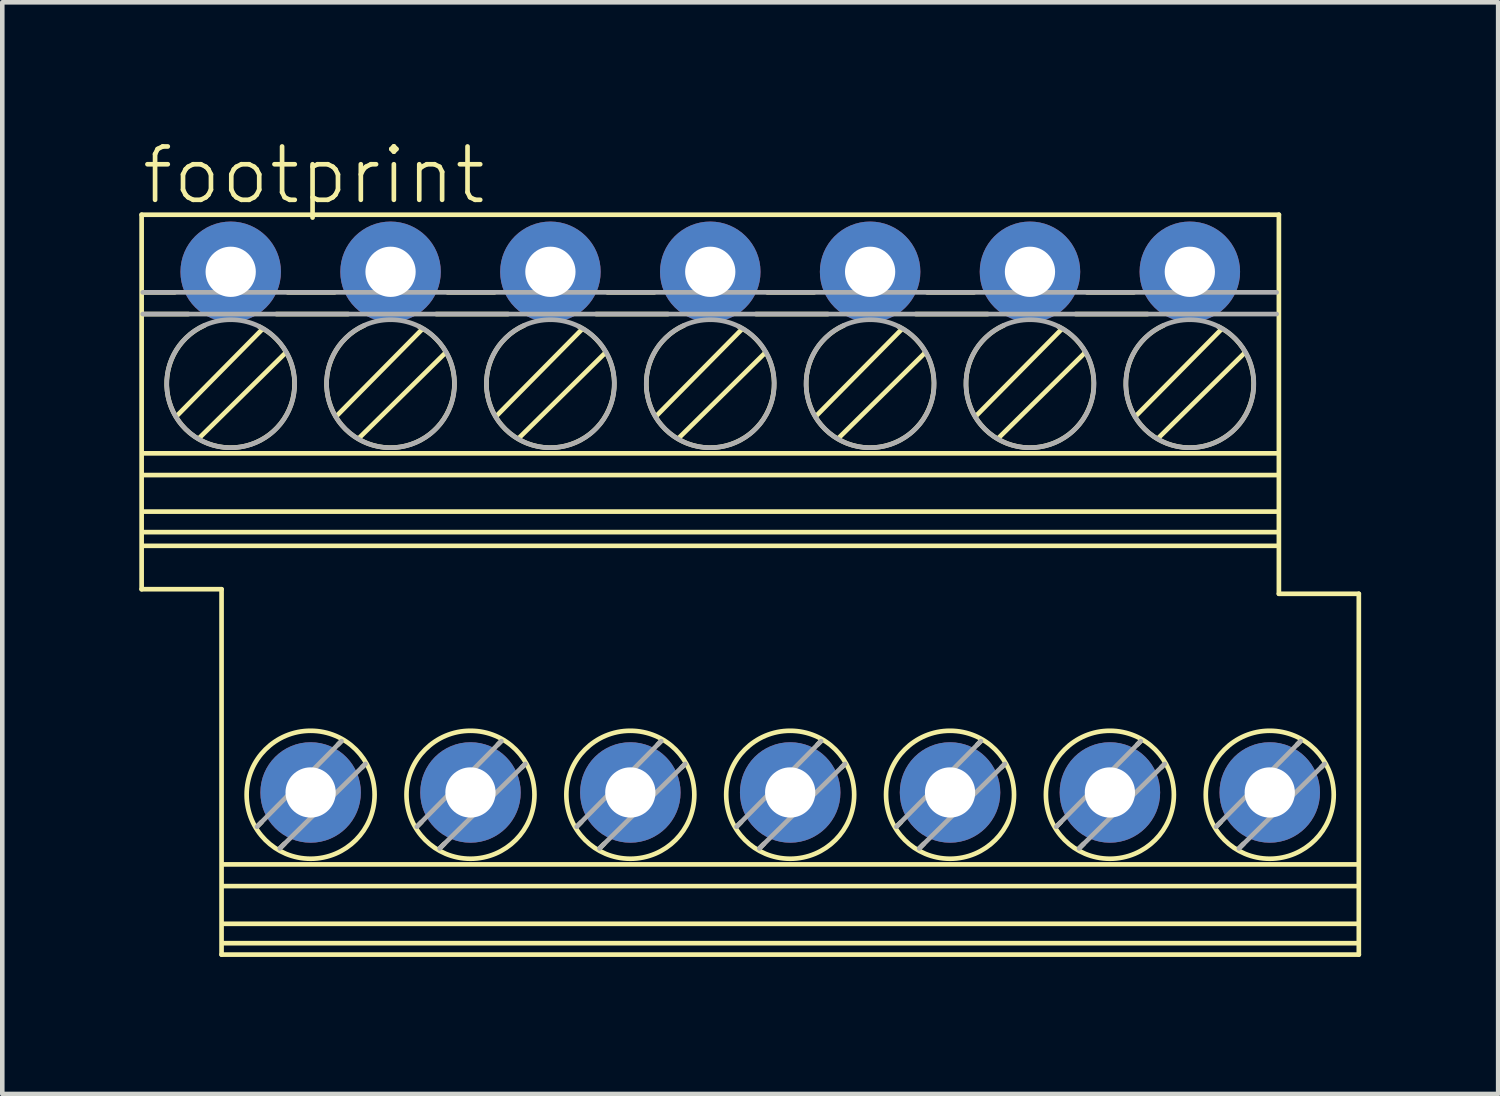
<source format=kicad_pcb>
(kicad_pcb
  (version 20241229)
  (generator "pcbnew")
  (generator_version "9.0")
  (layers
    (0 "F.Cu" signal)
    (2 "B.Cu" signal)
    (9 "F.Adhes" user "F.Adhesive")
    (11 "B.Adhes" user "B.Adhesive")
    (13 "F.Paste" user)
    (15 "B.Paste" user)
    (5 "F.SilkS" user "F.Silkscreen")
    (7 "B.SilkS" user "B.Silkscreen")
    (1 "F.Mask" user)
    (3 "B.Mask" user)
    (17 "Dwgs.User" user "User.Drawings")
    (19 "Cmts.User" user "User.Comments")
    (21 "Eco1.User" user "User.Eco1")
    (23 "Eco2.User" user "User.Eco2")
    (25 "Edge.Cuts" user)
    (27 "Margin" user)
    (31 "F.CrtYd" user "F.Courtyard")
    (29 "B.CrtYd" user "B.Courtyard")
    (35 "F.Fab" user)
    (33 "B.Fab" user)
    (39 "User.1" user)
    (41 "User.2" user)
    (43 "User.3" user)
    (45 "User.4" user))
  (footprint "footprint"
    (layer "F.Cu")
    (at 12.501 9.751)
    (property "Reference" "footprint" (at -12.501 -8.278 0) (layer "F.SilkS") (effects (font (size 1.168 1.168) (thickness 0.102)) (justify left bottom)))
    (fp_line (start -12.45 -8.1) (end 12.45 -8.1) (stroke (width 0.102) (type solid)) (layer "F.SilkS"))
    (fp_line (start -12.45 0.1) (end -12.45 -8.1) (stroke (width 0.102) (type solid)) (layer "F.SilkS"))
    (fp_line (start -12.425 -6.4) (end -11.725 -6.4) (stroke (width 0.102) (type solid)) (layer "F.SilkS"))
    (fp_line (start -12.425 -5.925) (end -11.425 -5.925) (stroke (width 0.102) (type solid)) (layer "F.SilkS"))
    (fp_line (start -12.4 -2.875) (end 12.425 -2.875) (stroke (width 0.102) (type solid)) (layer "F.SilkS"))
    (fp_line (start -12.4 -2.4) (end 12.425 -2.4) (stroke (width 0.102) (type solid)) (layer "F.SilkS"))
    (fp_line (start -12.4 -1.6) (end 12.425 -1.6) (stroke (width 0.102) (type solid)) (layer "F.SilkS"))
    (fp_line (start -12.4 -0.85) (end 12.425 -0.85) (stroke (width 0.102) (type solid)) (layer "F.SilkS"))
    (fp_line (start -11.675 -3.7) (end -9.825 -5.575) (stroke (width 0.102) (type solid)) (layer "F.SilkS"))
    (fp_line (start -11.175 -3.225) (end -9.3 -5.075) (stroke (width 0.102) (type solid)) (layer "F.SilkS"))
    (fp_line (start -10.7 0.1) (end -12.45 0.1) (stroke (width 0.102) (type solid)) (layer "F.SilkS"))
    (fp_line (start -10.7 8.1) (end -10.7 0.1) (stroke (width 0.102) (type solid)) (layer "F.SilkS"))
    (fp_line (start -10.65 6.125) (end 14.175 6.125) (stroke (width 0.102) (type solid)) (layer "F.SilkS"))
    (fp_line (start -10.65 6.6) (end 14.175 6.6) (stroke (width 0.102) (type solid)) (layer "F.SilkS"))
    (fp_line (start -10.65 7.425) (end 14.175 7.425) (stroke (width 0.102) (type solid)) (layer "F.SilkS"))
    (fp_line (start -10.65 7.85) (end 14.175 7.85) (stroke (width 0.102) (type solid)) (layer "F.SilkS"))
    (fp_line (start -9.925 5.3) (end -9.825 5.2) (stroke (width 0.102) (type solid)) (layer "F.SilkS"))
    (fp_line (start -9.5 -5.925) (end -7.925 -5.925) (stroke (width 0.102) (type solid)) (layer "F.SilkS"))
    (fp_line (start -9.425 5.775) (end -9.325 5.675) (stroke (width 0.102) (type solid)) (layer "F.SilkS"))
    (fp_line (start -9.25 -6.4) (end -8.225 -6.4) (stroke (width 0.102) (type solid)) (layer "F.SilkS"))
    (fp_line (start -8.175 -3.7) (end -6.325 -5.575) (stroke (width 0.102) (type solid)) (layer "F.SilkS"))
    (fp_line (start -8.15 3.5) (end -8.075 3.425) (stroke (width 0.102) (type solid)) (layer "F.SilkS"))
    (fp_line (start -7.675 -3.225) (end -5.8 -5.075) (stroke (width 0.102) (type solid)) (layer "F.SilkS"))
    (fp_line (start -7.625 4) (end -7.55 3.925) (stroke (width 0.102) (type solid)) (layer "F.SilkS"))
    (fp_line (start -6.425 5.3) (end -6.325 5.2) (stroke (width 0.102) (type solid)) (layer "F.SilkS"))
    (fp_line (start -6 -5.925) (end -4.425 -5.925) (stroke (width 0.102) (type solid)) (layer "F.SilkS"))
    (fp_line (start -5.925 5.775) (end -5.825 5.675) (stroke (width 0.102) (type solid)) (layer "F.SilkS"))
    (fp_line (start -5.75 -6.4) (end -4.725 -6.4) (stroke (width 0.102) (type solid)) (layer "F.SilkS"))
    (fp_line (start -4.675 -3.7) (end -2.825 -5.575) (stroke (width 0.102) (type solid)) (layer "F.SilkS"))
    (fp_line (start -4.65 3.5) (end -4.575 3.425) (stroke (width 0.102) (type solid)) (layer "F.SilkS"))
    (fp_line (start -4.175 -3.225) (end -2.3 -5.075) (stroke (width 0.102) (type solid)) (layer "F.SilkS"))
    (fp_line (start -4.125 4) (end -4.05 3.925) (stroke (width 0.102) (type solid)) (layer "F.SilkS"))
    (fp_line (start -2.925 5.3) (end -2.825 5.2) (stroke (width 0.102) (type solid)) (layer "F.SilkS"))
    (fp_line (start -2.5 -5.925) (end -0.925 -5.925) (stroke (width 0.102) (type solid)) (layer "F.SilkS"))
    (fp_line (start -2.425 5.775) (end -2.325 5.675) (stroke (width 0.102) (type solid)) (layer "F.SilkS"))
    (fp_line (start -2.25 -6.4) (end -1.225 -6.4) (stroke (width 0.102) (type solid)) (layer "F.SilkS"))
    (fp_line (start -1.175 -3.7) (end 0.675 -5.575) (stroke (width 0.102) (type solid)) (layer "F.SilkS"))
    (fp_line (start -1.15 3.5) (end -1.075 3.425) (stroke (width 0.102) (type solid)) (layer "F.SilkS"))
    (fp_line (start -0.675 -3.225) (end 1.2 -5.075) (stroke (width 0.102) (type solid)) (layer "F.SilkS"))
    (fp_line (start -0.625 4) (end -0.55 3.925) (stroke (width 0.102) (type solid)) (layer "F.SilkS"))
    (fp_line (start 0.575 5.3) (end 0.675 5.2) (stroke (width 0.102) (type solid)) (layer "F.SilkS"))
    (fp_line (start 1 -5.925) (end 2.575 -5.925) (stroke (width 0.102) (type solid)) (layer "F.SilkS"))
    (fp_line (start 1.075 5.775) (end 1.175 5.675) (stroke (width 0.102) (type solid)) (layer "F.SilkS"))
    (fp_line (start 1.25 -6.4) (end 2.275 -6.4) (stroke (width 0.102) (type solid)) (layer "F.SilkS"))
    (fp_line (start 2.325 -3.7) (end 4.175 -5.575) (stroke (width 0.102) (type solid)) (layer "F.SilkS"))
    (fp_line (start 2.35 3.5) (end 2.425 3.425) (stroke (width 0.102) (type solid)) (layer "F.SilkS"))
    (fp_line (start 2.825 -3.225) (end 4.7 -5.075) (stroke (width 0.102) (type solid)) (layer "F.SilkS"))
    (fp_line (start 2.875 4) (end 2.95 3.925) (stroke (width 0.102) (type solid)) (layer "F.SilkS"))
    (fp_line (start 4.075 5.3) (end 4.175 5.2) (stroke (width 0.102) (type solid)) (layer "F.SilkS"))
    (fp_line (start 4.5 -5.925) (end 6.075 -5.925) (stroke (width 0.102) (type solid)) (layer "F.SilkS"))
    (fp_line (start 4.575 5.775) (end 4.675 5.675) (stroke (width 0.102) (type solid)) (layer "F.SilkS"))
    (fp_line (start 4.75 -6.4) (end 5.775 -6.4) (stroke (width 0.102) (type solid)) (layer "F.SilkS"))
    (fp_line (start 5.825 -3.7) (end 7.675 -5.575) (stroke (width 0.102) (type solid)) (layer "F.SilkS"))
    (fp_line (start 5.85 3.5) (end 5.925 3.425) (stroke (width 0.102) (type solid)) (layer "F.SilkS"))
    (fp_line (start 6.325 -3.225) (end 8.2 -5.075) (stroke (width 0.102) (type solid)) (layer "F.SilkS"))
    (fp_line (start 6.375 4) (end 6.45 3.925) (stroke (width 0.102) (type solid)) (layer "F.SilkS"))
    (fp_line (start 7.575 5.3) (end 7.675 5.2) (stroke (width 0.102) (type solid)) (layer "F.SilkS"))
    (fp_line (start 8 -5.925) (end 9.575 -5.925) (stroke (width 0.102) (type solid)) (layer "F.SilkS"))
    (fp_line (start 8.075 5.775) (end 8.175 5.675) (stroke (width 0.102) (type solid)) (layer "F.SilkS"))
    (fp_line (start 8.25 -6.4) (end 9.275 -6.4) (stroke (width 0.102) (type solid)) (layer "F.SilkS"))
    (fp_line (start 9.325 -3.7) (end 11.175 -5.575) (stroke (width 0.102) (type solid)) (layer "F.SilkS"))
    (fp_line (start 9.35 3.5) (end 9.425 3.425) (stroke (width 0.102) (type solid)) (layer "F.SilkS"))
    (fp_line (start 9.825 -3.225) (end 11.7 -5.075) (stroke (width 0.102) (type solid)) (layer "F.SilkS"))
    (fp_line (start 9.875 4) (end 9.95 3.925) (stroke (width 0.102) (type solid)) (layer "F.SilkS"))
    (fp_line (start 11.075 5.3) (end 11.175 5.2) (stroke (width 0.102) (type solid)) (layer "F.SilkS"))
    (fp_line (start 11.575 5.775) (end 11.675 5.675) (stroke (width 0.102) (type solid)) (layer "F.SilkS"))
    (fp_line (start 12.425 -1.15) (end -12.4 -1.15) (stroke (width 0.102) (type solid)) (layer "F.SilkS"))
    (fp_line (start 12.45 -8.1) (end 12.45 0.2) (stroke (width 0.102) (type solid)) (layer "F.SilkS"))
    (fp_line (start 12.45 0.2) (end 14.2 0.2) (stroke (width 0.102) (type solid)) (layer "F.SilkS"))
    (fp_line (start 12.85 3.5) (end 12.925 3.425) (stroke (width 0.102) (type solid)) (layer "F.SilkS"))
    (fp_line (start 13.375 4) (end 13.45 3.925) (stroke (width 0.102) (type solid)) (layer "F.SilkS"))
    (fp_line (start 14.2 0.2) (end 14.2 8.1) (stroke (width 0.102) (type solid)) (layer "F.SilkS"))
    (fp_line (start 14.2 8.1) (end -10.7 8.1) (stroke (width 0.102) (type solid)) (layer "F.SilkS"))
    (fp_arc (start -9.874999 -5.65) (mid -10.530481 -2.999357) (end -11.075 -5.675) (stroke (width 0.1016) (type solid)) (layer "F.SilkS"))
    (fp_arc (start -6.374999 -5.65) (mid -7.030481 -2.999357) (end -7.575 -5.675) (stroke (width 0.1016) (type solid)) (layer "F.SilkS"))
    (fp_arc (start -2.874999 -5.65) (mid -3.530481 -2.999357) (end -4.075 -5.675) (stroke (width 0.1016) (type solid)) (layer "F.SilkS"))
    (fp_arc (start 0.625001 -5.65) (mid -0.030481 -2.999357) (end -0.575 -5.675) (stroke (width 0.1016) (type solid)) (layer "F.SilkS"))
    (fp_arc (start 4.125001 -5.65) (mid 3.469517 -2.999357) (end 2.925 -5.675) (stroke (width 0.1016) (type solid)) (layer "F.SilkS"))
    (fp_arc (start 7.625001 -5.65) (mid 6.969517 -2.999357) (end 6.425 -5.675) (stroke (width 0.1016) (type solid)) (layer "F.SilkS"))
    (fp_arc (start 11.125001 -5.65) (mid 10.469517 -2.999357) (end 9.925 -5.675) (stroke (width 0.1016) (type solid)) (layer "F.SilkS"))
    (fp_circle (center -8.75 4.6) (end -7.349 4.6) (stroke (width 0.102) (type solid)) (fill no) (layer "F.SilkS"))
    (fp_circle (center -5.25 4.6) (end -3.849 4.6) (stroke (width 0.102) (type solid)) (fill no) (layer "F.SilkS"))
    (fp_circle (center -1.75 4.6) (end -0.349 4.6) (stroke (width 0.102) (type solid)) (fill no) (layer "F.SilkS"))
    (fp_circle (center 1.75 4.6) (end 3.151 4.6) (stroke (width 0.102) (type solid)) (fill no) (layer "F.SilkS"))
    (fp_circle (center 5.25 4.6) (end 6.651 4.6) (stroke (width 0.102) (type solid)) (fill no) (layer "F.SilkS"))
    (fp_circle (center 8.75 4.6) (end 10.151 4.6) (stroke (width 0.102) (type solid)) (fill no) (layer "F.SilkS"))
    (fp_circle (center 12.25 4.6) (end 13.651 4.6) (stroke (width 0.102) (type solid)) (fill no) (layer "F.SilkS"))
    (fp_line (start -12.425 -6.4) (end 12.4 -6.4) (stroke (width 0.102) (type solid)) (layer "F.Fab"))
    (fp_line (start -12.425 -5.925) (end 12.4 -5.925) (stroke (width 0.102) (type solid)) (layer "F.Fab"))
    (fp_line (start -9.925 5.3) (end -8.075 3.425) (stroke (width 0.102) (type solid)) (layer "F.Fab"))
    (fp_line (start -9.425 5.775) (end -7.55 3.925) (stroke (width 0.102) (type solid)) (layer "F.Fab"))
    (fp_line (start -6.425 5.3) (end -4.575 3.425) (stroke (width 0.102) (type solid)) (layer "F.Fab"))
    (fp_line (start -5.925 5.775) (end -4.05 3.925) (stroke (width 0.102) (type solid)) (layer "F.Fab"))
    (fp_line (start -2.925 5.3) (end -1.075 3.425) (stroke (width 0.102) (type solid)) (layer "F.Fab"))
    (fp_line (start -2.425 5.775) (end -0.55 3.925) (stroke (width 0.102) (type solid)) (layer "F.Fab"))
    (fp_line (start 0.575 5.3) (end 2.425 3.425) (stroke (width 0.102) (type solid)) (layer "F.Fab"))
    (fp_line (start 1.075 5.775) (end 2.95 3.925) (stroke (width 0.102) (type solid)) (layer "F.Fab"))
    (fp_line (start 4.075 5.3) (end 5.925 3.425) (stroke (width 0.102) (type solid)) (layer "F.Fab"))
    (fp_line (start 4.575 5.775) (end 6.45 3.925) (stroke (width 0.102) (type solid)) (layer "F.Fab"))
    (fp_line (start 7.575 5.3) (end 9.425 3.425) (stroke (width 0.102) (type solid)) (layer "F.Fab"))
    (fp_line (start 8.075 5.775) (end 9.95 3.925) (stroke (width 0.102) (type solid)) (layer "F.Fab"))
    (fp_line (start 11.075 5.3) (end 12.925 3.425) (stroke (width 0.102) (type solid)) (layer "F.Fab"))
    (fp_line (start 11.575 5.775) (end 13.45 3.925) (stroke (width 0.102) (type solid)) (layer "F.Fab"))
    (fp_circle (center -10.5 -4.4) (end -9.099 -4.4) (stroke (width 0.102) (type solid)) (fill no) (layer "F.Fab"))
    (fp_circle (center -7 -4.4) (end -5.599 -4.4) (stroke (width 0.102) (type solid)) (fill no) (layer "F.Fab"))
    (fp_circle (center -3.5 -4.4) (end -2.099 -4.4) (stroke (width 0.102) (type solid)) (fill no) (layer "F.Fab"))
    (fp_circle (center 0 -4.4) (end 1.401 -4.4) (stroke (width 0.102) (type solid)) (fill no) (layer "F.Fab"))
    (fp_circle (center 3.5 -4.4) (end 4.901 -4.4) (stroke (width 0.102) (type solid)) (fill no) (layer "F.Fab"))
    (fp_circle (center 7 -4.4) (end 8.401 -4.4) (stroke (width 0.102) (type solid)) (fill no) (layer "F.Fab"))
    (fp_circle (center 10.5 -4.4) (end 11.901 -4.4) (stroke (width 0.102) (type solid)) (fill no) (layer "F.Fab"))
    (pad "1" thru_hole circle (at -10.5 -6.85) (size 2.2 2.2) (drill 1.1) (layers "*.Cu" "*.Mask"))
    (pad "2" thru_hole circle (at -8.75 4.55) (size 2.2 2.2) (drill 1.1) (layers "*.Cu" "*.Mask"))
    (pad "3" thru_hole circle (at -7 -6.85) (size 2.2 2.2) (drill 1.1) (layers "*.Cu" "*.Mask"))
    (pad "4" thru_hole circle (at -5.25 4.55) (size 2.2 2.2) (drill 1.1) (layers "*.Cu" "*.Mask"))
    (pad "5" thru_hole circle (at -3.5 -6.85) (size 2.2 2.2) (drill 1.1) (layers "*.Cu" "*.Mask"))
    (pad "6" thru_hole circle (at -1.75 4.55) (size 2.2 2.2) (drill 1.1) (layers "*.Cu" "*.Mask"))
    (pad "7" thru_hole circle (at 0 -6.85) (size 2.2 2.2) (drill 1.1) (layers "*.Cu" "*.Mask"))
    (pad "8" thru_hole circle (at 1.75 4.55) (size 2.2 2.2) (drill 1.1) (layers "*.Cu" "*.Mask"))
    (pad "9" thru_hole circle (at 3.5 -6.85) (size 2.2 2.2) (drill 1.1) (layers "*.Cu" "*.Mask"))
    (pad "10" thru_hole circle (at 5.25 4.55) (size 2.2 2.2) (drill 1.1) (layers "*.Cu" "*.Mask"))
    (pad "11" thru_hole circle (at 7 -6.85) (size 2.2 2.2) (drill 1.1) (layers "*.Cu" "*.Mask"))
    (pad "12" thru_hole circle (at 8.75 4.55) (size 2.2 2.2) (drill 1.1) (layers "*.Cu" "*.Mask"))
    (pad "13" thru_hole circle (at 10.5 -6.85) (size 2.2 2.2) (drill 1.1) (layers "*.Cu" "*.Mask"))
    (pad "14" thru_hole circle (at 12.25 4.55) (size 2.2 2.2) (drill 1.1) (layers "*.Cu" "*.Mask")))
  (gr_rect
    (start -3 -3)
    (end 29.752 20.902)
    (stroke (width 0.1) (type default))
    (fill no)
    (layer "Edge.Cuts")))
</source>
